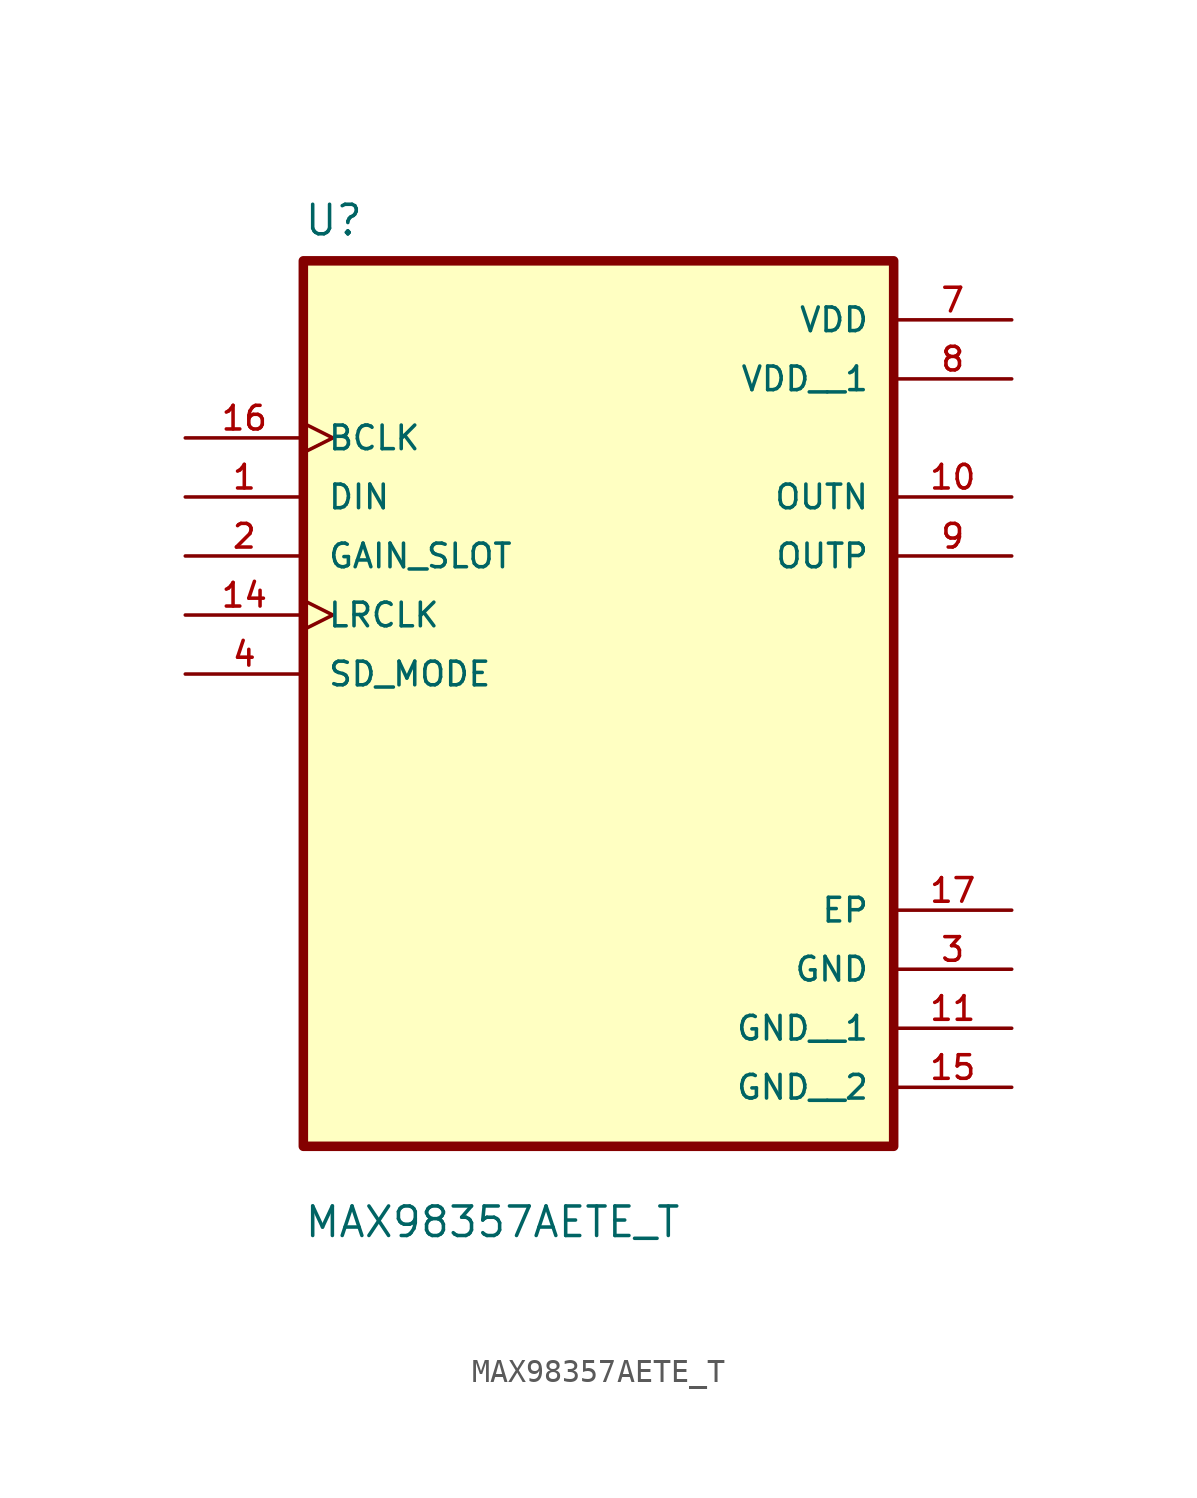
<source format=kicad_sym>
(kicad_symbol_lib
  (version 20211014)
  (generator kicad_symbol_editor)
  (symbol "MAX98357AETE_T"
    (pin_names
      (offset 1.016))
    (property "Reference" "U"
      (at -12.7 16.24 0.0)
      (effects (font (size 1.27 1.27)) (justify bottom left)))
    (property "Value" "MAX98357AETE_T"
      (at -12.7 -26.86 0.0)
      (effects (font (size 1.27 1.27)) (justify bottom left)))
    (symbol "MAX98357AETE_T_0_0"
      (rectangle (start -12.7 -22.86) (end 12.7 15.24) (stroke (width 0.41)) (fill (type background)))
      (pin input clock (at -17.78 7.62 0) (length 5.08) (name "BCLK" (effects (font (size 1.016 1.016)))) (number "16" (effects (font (size 1.016 1.016)))))
      (pin input line (at -17.78 5.08 0) (length 5.08) (name "DIN" (effects (font (size 1.016 1.016)))) (number "1" (effects (font (size 1.016 1.016)))))
      (pin input line (at -17.78 2.54 0) (length 5.08) (name "GAIN_SLOT" (effects (font (size 1.016 1.016)))) (number "2" (effects (font (size 1.016 1.016)))))
      (pin input clock (at -17.78 0.0 0) (length 5.08) (name "LRCLK" (effects (font (size 1.016 1.016)))) (number "14" (effects (font (size 1.016 1.016)))))
      (pin input line (at -17.78 -2.54 0) (length 5.08) (name "SD_MODE" (effects (font (size 1.016 1.016)))) (number "4" (effects (font (size 1.016 1.016)))))
      (pin power_in line (at 17.78 12.7 180.0) (length 5.08) (name "VDD" (effects (font (size 1.016 1.016)))) (number "7" (effects (font (size 1.016 1.016)))))
      (pin output line (at 17.78 5.08 180.0) (length 5.08) (name "OUTN" (effects (font (size 1.016 1.016)))) (number "10" (effects (font (size 1.016 1.016)))))
      (pin output line (at 17.78 2.54 180.0) (length 5.08) (name "OUTP" (effects (font (size 1.016 1.016)))) (number "9" (effects (font (size 1.016 1.016)))))
      (pin power_in line (at 17.78 -12.7 180.0) (length 5.08) (name "EP" (effects (font (size 1.016 1.016)))) (number "17" (effects (font (size 1.016 1.016)))))
      (pin power_in line (at 17.78 -15.24 180.0) (length 5.08) (name "GND" (effects (font (size 1.016 1.016)))) (number "3" (effects (font (size 1.016 1.016)))))
      (pin power_in line (at 17.78 10.16 180.0) (length 5.08) (name "VDD__1" (effects (font (size 1.016 1.016)))) (number "8" (effects (font (size 1.016 1.016)))))
      (pin power_in line (at 17.78 -17.78 180.0) (length 5.08) (name "GND__1" (effects (font (size 1.016 1.016)))) (number "11" (effects (font (size 1.016 1.016)))))
      (pin power_in line (at 17.78 -20.32 180.0) (length 5.08) (name "GND__2" (effects (font (size 1.016 1.016)))) (number "15" (effects (font (size 1.016 1.016))))))))
</source>
